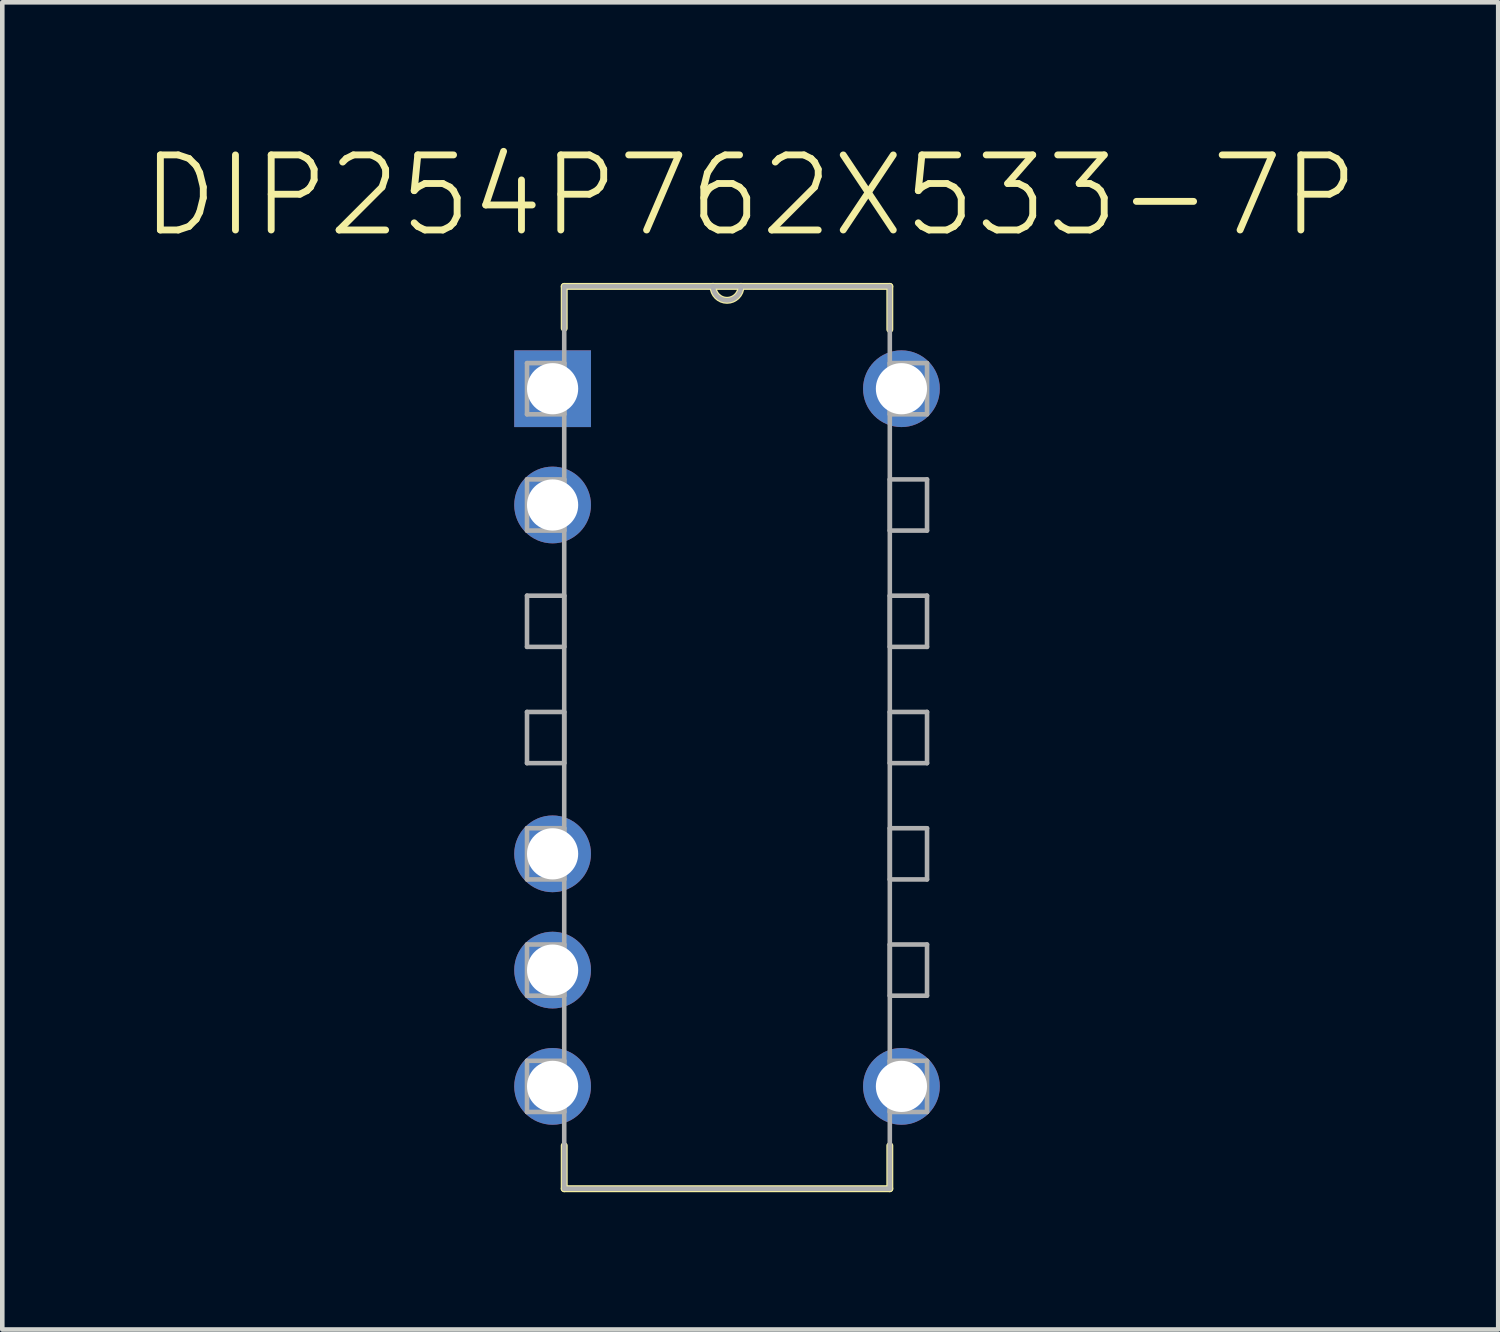
<source format=kicad_pcb>
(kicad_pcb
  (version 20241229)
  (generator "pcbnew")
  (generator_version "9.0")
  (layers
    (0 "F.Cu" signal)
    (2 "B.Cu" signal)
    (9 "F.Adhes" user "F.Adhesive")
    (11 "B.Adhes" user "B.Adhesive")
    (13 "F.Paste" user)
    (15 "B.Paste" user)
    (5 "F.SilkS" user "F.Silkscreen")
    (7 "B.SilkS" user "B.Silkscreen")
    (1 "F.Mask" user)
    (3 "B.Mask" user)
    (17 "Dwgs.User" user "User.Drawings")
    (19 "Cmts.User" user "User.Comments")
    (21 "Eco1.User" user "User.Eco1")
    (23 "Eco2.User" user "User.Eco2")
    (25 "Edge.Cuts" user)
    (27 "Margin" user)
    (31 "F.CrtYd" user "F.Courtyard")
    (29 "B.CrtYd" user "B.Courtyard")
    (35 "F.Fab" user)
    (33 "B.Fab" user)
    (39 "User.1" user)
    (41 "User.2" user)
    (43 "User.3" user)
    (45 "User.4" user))
  (footprint "DIP254P762X533-7P"
    (layer "F.Cu")
    (at 16.641 20.681)
    (property "Reference" "DIP254P762X533-7P" (at -3.302 -19.458 0) (layer "F.SilkS") (effects (font (size 1.64 1.64) (thickness 0.15))))
    (attr through_hole)
    (fp_line (start -7.366 -17.475) (end -7.366 -16.561) (stroke (width 0.152) (type solid)) (layer "F.SilkS"))
    (fp_line (start -7.366 1.295) (end -7.366 2.235) (stroke (width 0.152) (type solid)) (layer "F.SilkS"))
    (fp_line (start -7.366 2.235) (end -0.254 2.235) (stroke (width 0.152) (type solid)) (layer "F.SilkS"))
    (fp_line (start -4.115 -17.475) (end -7.366 -17.475) (stroke (width 0.152) (type solid)) (layer "F.SilkS"))
    (fp_line (start -3.505 -17.475) (end -4.115 -17.475) (stroke (width 0.152) (type solid)) (layer "F.SilkS"))
    (fp_line (start -0.254 -17.475) (end -3.505 -17.475) (stroke (width 0.152) (type solid)) (layer "F.SilkS"))
    (fp_line (start -0.254 -16.535) (end -0.254 -17.475) (stroke (width 0.152) (type solid)) (layer "F.SilkS"))
    (fp_line (start -0.254 2.235) (end -0.254 1.295) (stroke (width 0.152) (type solid)) (layer "F.SilkS"))
    (fp_arc (start -3.5052 -17.4752) (mid -3.81 -17.1704) (end -4.1148 -17.4752) (stroke (width 0.1524) (type solid)) (layer "F.SilkS"))
    (fp_line (start -8.179 -15.799) (end -8.179 -14.681) (stroke (width 0.1) (type solid)) (layer "F.Fab"))
    (fp_line (start -8.179 -14.681) (end -7.366 -14.681) (stroke (width 0.1) (type solid)) (layer "F.Fab"))
    (fp_line (start -8.179 -13.259) (end -8.179 -12.141) (stroke (width 0.1) (type solid)) (layer "F.Fab"))
    (fp_line (start -8.179 -12.141) (end -7.366 -12.141) (stroke (width 0.1) (type solid)) (layer "F.Fab"))
    (fp_line (start -8.179 -10.719) (end -8.179 -9.601) (stroke (width 0.1) (type solid)) (layer "F.Fab"))
    (fp_line (start -8.179 -9.601) (end -7.366 -9.601) (stroke (width 0.1) (type solid)) (layer "F.Fab"))
    (fp_line (start -8.179 -8.179) (end -8.179 -7.061) (stroke (width 0.1) (type solid)) (layer "F.Fab"))
    (fp_line (start -8.179 -7.061) (end -7.366 -7.061) (stroke (width 0.1) (type solid)) (layer "F.Fab"))
    (fp_line (start -8.179 -5.639) (end -8.179 -4.521) (stroke (width 0.1) (type solid)) (layer "F.Fab"))
    (fp_line (start -8.179 -4.521) (end -7.366 -4.521) (stroke (width 0.1) (type solid)) (layer "F.Fab"))
    (fp_line (start -8.179 -3.099) (end -8.179 -1.981) (stroke (width 0.1) (type solid)) (layer "F.Fab"))
    (fp_line (start -8.179 -1.981) (end -7.366 -1.981) (stroke (width 0.1) (type solid)) (layer "F.Fab"))
    (fp_line (start -8.179 -0.559) (end -8.179 0.559) (stroke (width 0.1) (type solid)) (layer "F.Fab"))
    (fp_line (start -8.179 0.559) (end -7.366 0.559) (stroke (width 0.1) (type solid)) (layer "F.Fab"))
    (fp_line (start -7.366 -17.475) (end -7.366 2.235) (stroke (width 0.1) (type solid)) (layer "F.Fab"))
    (fp_line (start -7.366 -15.799) (end -8.179 -15.799) (stroke (width 0.1) (type solid)) (layer "F.Fab"))
    (fp_line (start -7.366 -14.681) (end -7.366 -15.799) (stroke (width 0.1) (type solid)) (layer "F.Fab"))
    (fp_line (start -7.366 -13.259) (end -8.179 -13.259) (stroke (width 0.1) (type solid)) (layer "F.Fab"))
    (fp_line (start -7.366 -12.141) (end -7.366 -13.259) (stroke (width 0.1) (type solid)) (layer "F.Fab"))
    (fp_line (start -7.366 -10.719) (end -8.179 -10.719) (stroke (width 0.1) (type solid)) (layer "F.Fab"))
    (fp_line (start -7.366 -9.601) (end -7.366 -10.719) (stroke (width 0.1) (type solid)) (layer "F.Fab"))
    (fp_line (start -7.366 -8.179) (end -8.179 -8.179) (stroke (width 0.1) (type solid)) (layer "F.Fab"))
    (fp_line (start -7.366 -7.061) (end -7.366 -8.179) (stroke (width 0.1) (type solid)) (layer "F.Fab"))
    (fp_line (start -7.366 -5.639) (end -8.179 -5.639) (stroke (width 0.1) (type solid)) (layer "F.Fab"))
    (fp_line (start -7.366 -4.521) (end -7.366 -5.639) (stroke (width 0.1) (type solid)) (layer "F.Fab"))
    (fp_line (start -7.366 -3.099) (end -8.179 -3.099) (stroke (width 0.1) (type solid)) (layer "F.Fab"))
    (fp_line (start -7.366 -1.981) (end -7.366 -3.099) (stroke (width 0.1) (type solid)) (layer "F.Fab"))
    (fp_line (start -7.366 -0.559) (end -8.179 -0.559) (stroke (width 0.1) (type solid)) (layer "F.Fab"))
    (fp_line (start -7.366 0.559) (end -7.366 -0.559) (stroke (width 0.1) (type solid)) (layer "F.Fab"))
    (fp_line (start -7.366 2.235) (end -0.254 2.235) (stroke (width 0.1) (type solid)) (layer "F.Fab"))
    (fp_line (start -4.115 -17.475) (end -7.366 -17.475) (stroke (width 0.1) (type solid)) (layer "F.Fab"))
    (fp_line (start -3.505 -17.475) (end -4.115 -17.475) (stroke (width 0.1) (type solid)) (layer "F.Fab"))
    (fp_line (start -0.254 -17.475) (end -3.505 -17.475) (stroke (width 0.1) (type solid)) (layer "F.Fab"))
    (fp_line (start -0.254 -15.799) (end -0.254 -14.681) (stroke (width 0.1) (type solid)) (layer "F.Fab"))
    (fp_line (start -0.254 -14.681) (end 0.559 -14.681) (stroke (width 0.1) (type solid)) (layer "F.Fab"))
    (fp_line (start -0.254 -13.259) (end -0.254 -12.141) (stroke (width 0.1) (type solid)) (layer "F.Fab"))
    (fp_line (start -0.254 -12.141) (end 0.559 -12.141) (stroke (width 0.1) (type solid)) (layer "F.Fab"))
    (fp_line (start -0.254 -10.719) (end -0.254 -9.601) (stroke (width 0.1) (type solid)) (layer "F.Fab"))
    (fp_line (start -0.254 -9.601) (end 0.559 -9.601) (stroke (width 0.1) (type solid)) (layer "F.Fab"))
    (fp_line (start -0.254 -8.179) (end -0.254 -7.061) (stroke (width 0.1) (type solid)) (layer "F.Fab"))
    (fp_line (start -0.254 -7.061) (end 0.559 -7.061) (stroke (width 0.1) (type solid)) (layer "F.Fab"))
    (fp_line (start -0.254 -5.639) (end -0.254 -4.521) (stroke (width 0.1) (type solid)) (layer "F.Fab"))
    (fp_line (start -0.254 -4.521) (end 0.559 -4.521) (stroke (width 0.1) (type solid)) (layer "F.Fab"))
    (fp_line (start -0.254 -3.099) (end -0.254 -1.981) (stroke (width 0.1) (type solid)) (layer "F.Fab"))
    (fp_line (start -0.254 -1.981) (end 0.559 -1.981) (stroke (width 0.1) (type solid)) (layer "F.Fab"))
    (fp_line (start -0.254 -0.559) (end -0.254 0.559) (stroke (width 0.1) (type solid)) (layer "F.Fab"))
    (fp_line (start -0.254 0.559) (end 0.559 0.559) (stroke (width 0.1) (type solid)) (layer "F.Fab"))
    (fp_line (start -0.254 2.235) (end -0.254 -17.475) (stroke (width 0.1) (type solid)) (layer "F.Fab"))
    (fp_line (start 0.559 -15.799) (end -0.254 -15.799) (stroke (width 0.1) (type solid)) (layer "F.Fab"))
    (fp_line (start 0.559 -14.681) (end 0.559 -15.799) (stroke (width 0.1) (type solid)) (layer "F.Fab"))
    (fp_line (start 0.559 -13.259) (end -0.254 -13.259) (stroke (width 0.1) (type solid)) (layer "F.Fab"))
    (fp_line (start 0.559 -12.141) (end 0.559 -13.259) (stroke (width 0.1) (type solid)) (layer "F.Fab"))
    (fp_line (start 0.559 -10.719) (end -0.254 -10.719) (stroke (width 0.1) (type solid)) (layer "F.Fab"))
    (fp_line (start 0.559 -9.601) (end 0.559 -10.719) (stroke (width 0.1) (type solid)) (layer "F.Fab"))
    (fp_line (start 0.559 -8.179) (end -0.254 -8.179) (stroke (width 0.1) (type solid)) (layer "F.Fab"))
    (fp_line (start 0.559 -7.061) (end 0.559 -8.179) (stroke (width 0.1) (type solid)) (layer "F.Fab"))
    (fp_line (start 0.559 -5.639) (end -0.254 -5.639) (stroke (width 0.1) (type solid)) (layer "F.Fab"))
    (fp_line (start 0.559 -4.521) (end 0.559 -5.639) (stroke (width 0.1) (type solid)) (layer "F.Fab"))
    (fp_line (start 0.559 -3.099) (end -0.254 -3.099) (stroke (width 0.1) (type solid)) (layer "F.Fab"))
    (fp_line (start 0.559 -1.981) (end 0.559 -3.099) (stroke (width 0.1) (type solid)) (layer "F.Fab"))
    (fp_line (start 0.559 -0.559) (end -0.254 -0.559) (stroke (width 0.1) (type solid)) (layer "F.Fab"))
    (fp_line (start 0.559 0.559) (end 0.559 -0.559) (stroke (width 0.1) (type solid)) (layer "F.Fab"))
    (fp_arc (start -3.5052 -17.4752) (mid -3.81 -17.1704) (end -4.1148 -17.4752) (stroke (width 0.1) (type solid)) (layer "F.Fab"))
    (pad "1" thru_hole rect (at -7.62 -15.24) (size 1.676 1.676) (drill 1.118) (layers "*.Cu" "*.Mask"))
    (pad "2" thru_hole circle (at -7.62 -12.7) (size 1.676 1.676) (drill 1.118) (layers "*.Cu" "*.Mask"))
    (pad "5" thru_hole circle (at -7.62 -5.08) (size 1.676 1.676) (drill 1.118) (layers "*.Cu" "*.Mask"))
    (pad "6" thru_hole circle (at -7.62 -2.54) (size 1.676 1.676) (drill 1.118) (layers "*.Cu" "*.Mask"))
    (pad "7" thru_hole circle (at -7.62 0) (size 1.676 1.676) (drill 1.118) (layers "*.Cu" "*.Mask"))
    (pad "8" thru_hole circle (at 0 0) (size 1.676 1.676) (drill 1.118) (layers "*.Cu" "*.Mask"))
    (pad "14" thru_hole circle (at 0 -15.24) (size 1.676 1.676) (drill 1.118) (layers "*.Cu" "*.Mask")))
  (gr_rect
    (start -3 -3)
    (end 29.677 25.992)
    (stroke (width 0.1) (type default))
    (fill no)
    (layer "Edge.Cuts")))
</source>
